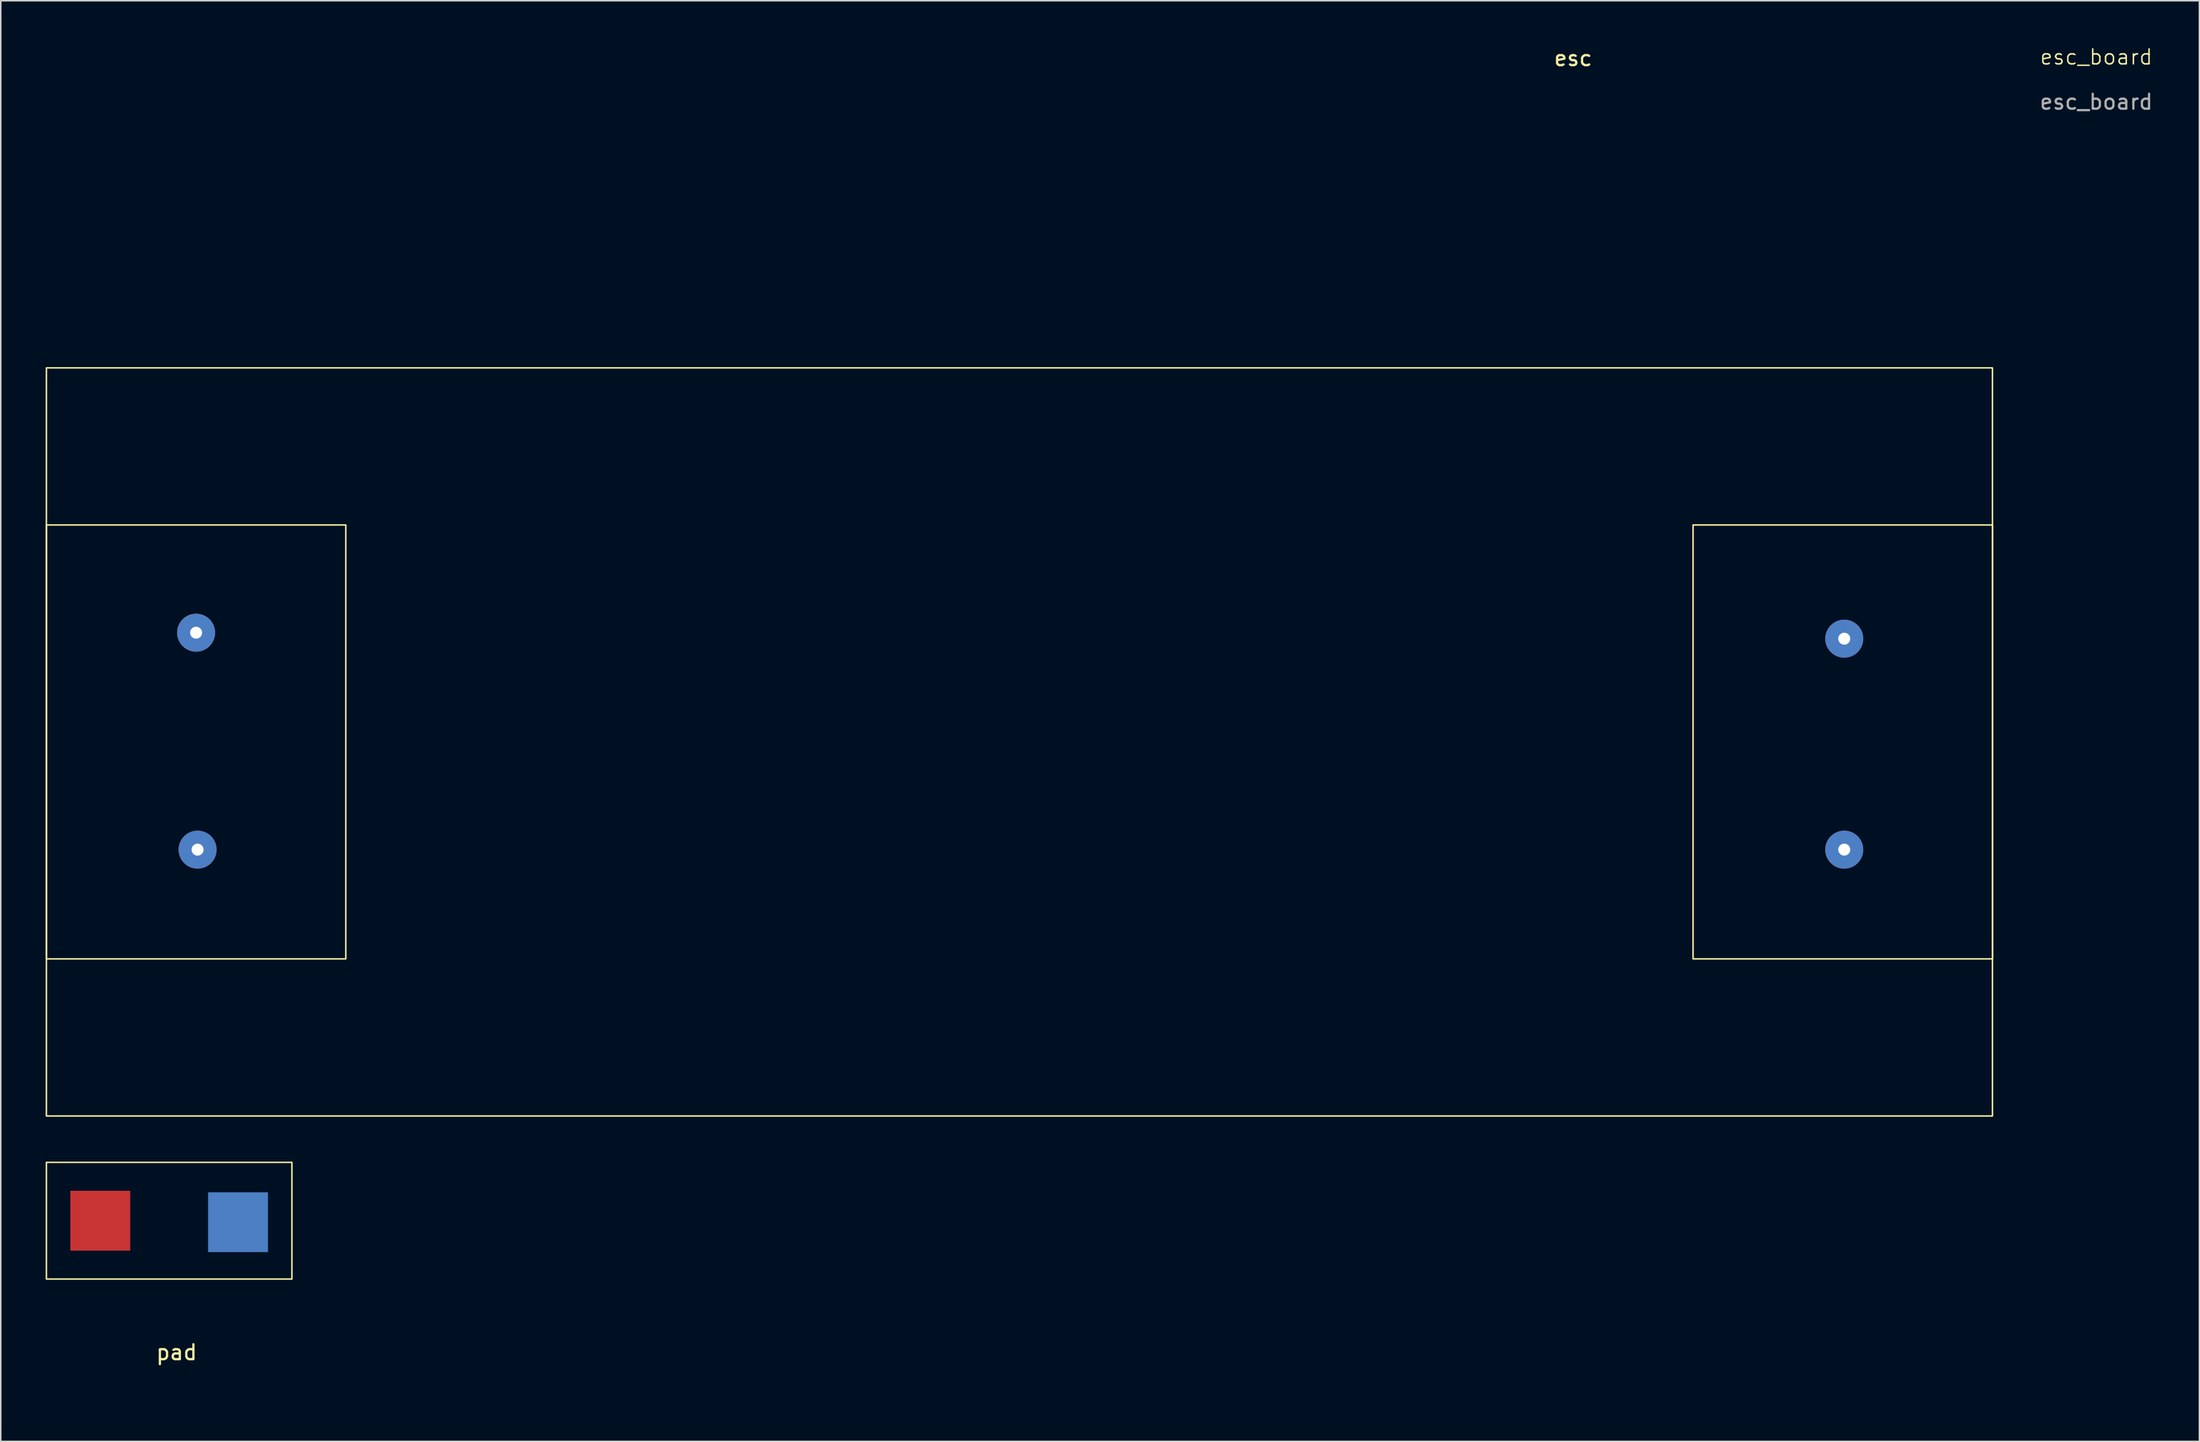
<source format=kicad_pcb>
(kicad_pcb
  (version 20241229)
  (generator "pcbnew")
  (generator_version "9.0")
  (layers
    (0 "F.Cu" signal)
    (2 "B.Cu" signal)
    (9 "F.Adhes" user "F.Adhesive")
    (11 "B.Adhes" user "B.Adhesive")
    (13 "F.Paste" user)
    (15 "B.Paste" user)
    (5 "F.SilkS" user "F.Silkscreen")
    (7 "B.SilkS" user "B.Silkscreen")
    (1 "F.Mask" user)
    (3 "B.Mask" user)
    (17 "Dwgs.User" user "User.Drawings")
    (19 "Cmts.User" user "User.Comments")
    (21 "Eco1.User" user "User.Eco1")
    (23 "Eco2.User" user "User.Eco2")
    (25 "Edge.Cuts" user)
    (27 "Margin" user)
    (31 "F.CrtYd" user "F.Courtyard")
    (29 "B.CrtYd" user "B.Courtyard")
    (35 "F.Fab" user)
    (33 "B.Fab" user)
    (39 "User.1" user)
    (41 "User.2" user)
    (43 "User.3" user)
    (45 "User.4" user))
  (footprint "pad"
    (layer "F.Cu")
    (at 8.75 90.038)
    (property "Reference" "pad" (at 0 -2.7 0) (layer "F.SilkS") (effects (font (size 1 1) (thickness 0.15))))
    (attr smd)
    (fp_rect (start -8.7 -15.4) (end 7.7 -7.6) (stroke (width 0.1) (type default)) (fill no) (layer "F.SilkS"))
    (pad "3" smd rect (at -5.1 -11.5) (size 4 4) (layers "F.Cu" "F.Mask" "F.Paste"))
    (pad "3" smd rect (at 4.1 -11.4) (size 4 4) (layers "B.Cu")))
  (footprint "esc"
    (layer "F.Cu")
    (at 65.05 46.538)
    (property "Reference" "esc" (at 36.99 -45.69 0) (layer "F.SilkS") (effects (font (size 1 1) (thickness 0.15))))
    (attr through_hole)
    (fp_rect (start -65 -25) (end 65 25) (stroke (width 0.1) (type solid)) (fill no) (layer "F.SilkS"))
    (fp_rect (start -65 -14.5) (end -45 14.5) (stroke (width 0.1) (type solid)) (fill no) (layer "F.SilkS"))
    (fp_rect (start 65 -14.5) (end 45 14.5) (stroke (width 0.1) (type solid)) (fill no) (layer "F.SilkS"))
    (pad "5" thru_hole circle (at -55 -7.3) (size 2.54 2.54) (drill 0.8) (layers "*.Cu" "*.Mask"))
    (pad "5" thru_hole circle (at -54.9 7.2) (size 2.54 2.54) (drill 0.8) (layers "*.Cu" "*.Mask"))
    (pad "5" thru_hole circle (at 55.1 -6.9) (size 2.54 2.54) (drill 0.8) (layers "*.Cu" "*.Mask"))
    (pad "5" thru_hole circle (at 55.1 7.2) (size 2.54 2.54) (drill 0.8) (layers "*.Cu" "*.Mask")))
  (footprint "esc_board"
    (layer "F.Cu")
    (at 136.987 1.26)
    (property "Reference" "esc_board" (at 0 -0.5 0) (unlocked yes) (layer "F.SilkS") (effects (font (size 1 1) (thickness 0.1))))
    (attr smd)
    (fp_text user "${REFERENCE}" (at 0 2.5 0) (unlocked yes) (layer "F.Fab") (effects (font (size 1 1) (thickness 0.15)))))
  (gr_rect
    (start -3 -3)
    (end 143.874 93.288)
    (stroke (width 0.1) (type default))
    (fill no)
    (layer "Edge.Cuts")))
</source>
